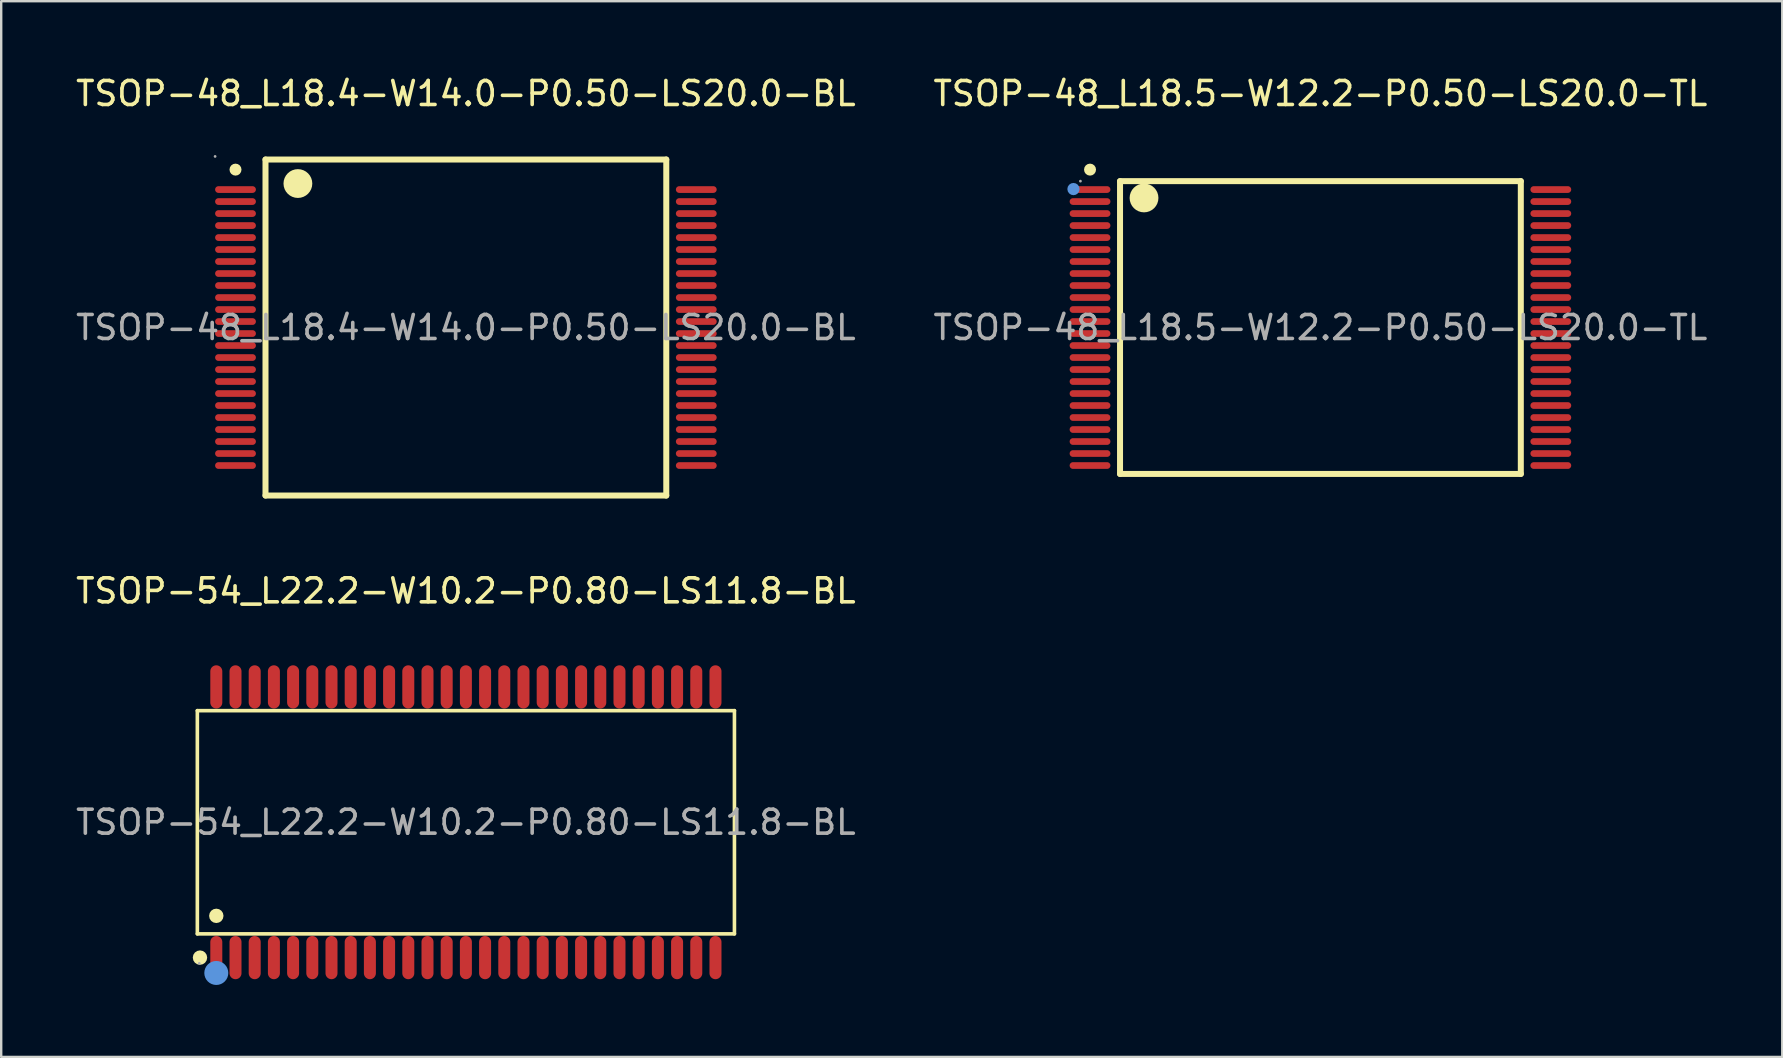
<source format=kicad_pcb>
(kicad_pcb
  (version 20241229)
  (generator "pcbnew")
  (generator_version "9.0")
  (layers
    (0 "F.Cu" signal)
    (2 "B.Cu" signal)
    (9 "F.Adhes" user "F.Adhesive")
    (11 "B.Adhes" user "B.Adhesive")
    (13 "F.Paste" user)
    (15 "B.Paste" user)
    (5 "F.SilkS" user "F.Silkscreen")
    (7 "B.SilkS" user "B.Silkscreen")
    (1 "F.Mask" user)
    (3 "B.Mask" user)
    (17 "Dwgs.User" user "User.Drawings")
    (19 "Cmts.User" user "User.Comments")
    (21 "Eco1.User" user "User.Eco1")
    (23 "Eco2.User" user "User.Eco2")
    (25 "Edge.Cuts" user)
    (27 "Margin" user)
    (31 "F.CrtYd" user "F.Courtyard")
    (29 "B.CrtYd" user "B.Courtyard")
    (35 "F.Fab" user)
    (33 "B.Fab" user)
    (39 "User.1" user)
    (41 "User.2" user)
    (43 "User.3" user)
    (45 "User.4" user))
  (footprint "TSOP-54_L22.2-W10.2-P0.80-LS11.8-BL"
    (layer "F.Cu")
    (at 16.363 31.212)
    (property "Reference" "TSOP-54_L22.2-W10.2-P0.80-LS11.8-BL" (at 0 -9.64 0) (layer "F.SilkS") (effects (font (size 1 1) (thickness 0.15))))
    (attr through_hole)
    (fp_line (start -11.19 -4.65) (end 11.19 -4.65) (stroke (width 0.15) (type solid)) (layer "F.SilkS"))
    (fp_line (start -11.19 4.65) (end -11.19 -4.65) (stroke (width 0.15) (type solid)) (layer "F.SilkS"))
    (fp_line (start 11.19 -4.65) (end 11.19 4.65) (stroke (width 0.15) (type solid)) (layer "F.SilkS"))
    (fp_line (start 11.19 4.65) (end -11.19 4.65) (stroke (width 0.15) (type solid)) (layer "F.SilkS"))
    (fp_circle (center -11.08 5.64) (end -10.93 5.64) (stroke (width 0.3) (type solid)) (fill no) (layer "F.SilkS"))
    (fp_circle (center -10.4 3.9) (end -10.25 3.9) (stroke (width 0.3) (type solid)) (fill no) (layer "F.SilkS"))
    (fp_circle (center -10.4 6.28) (end -10.15 6.28) (stroke (width 0.5) (type solid)) (fill no) (layer "Cmts.User"))
    (fp_circle (center -11.11 5.88) (end -11.08 5.88) (stroke (width 0.06) (type solid)) (fill no) (layer "F.Fab"))
    (fp_text user "${REFERENCE}" (at 0 0 0) (layer "F.Fab") (effects (font (size 1 1) (thickness 0.15))))
    (pad "1" smd oval (at -10.4 5.64) (size 0.5 1.8) (layers "F.Cu" "F.Mask" "F.Paste"))
    (pad "2" smd oval (at -9.6 5.64) (size 0.5 1.8) (layers "F.Cu" "F.Mask" "F.Paste"))
    (pad "3" smd oval (at -8.8 5.64) (size 0.5 1.8) (layers "F.Cu" "F.Mask" "F.Paste"))
    (pad "4" smd oval (at -8 5.64) (size 0.5 1.8) (layers "F.Cu" "F.Mask" "F.Paste"))
    (pad "5" smd oval (at -7.2 5.64) (size 0.5 1.8) (layers "F.Cu" "F.Mask" "F.Paste"))
    (pad "6" smd oval (at -6.4 5.64) (size 0.5 1.8) (layers "F.Cu" "F.Mask" "F.Paste"))
    (pad "7" smd oval (at -5.6 5.64) (size 0.5 1.8) (layers "F.Cu" "F.Mask" "F.Paste"))
    (pad "8" smd oval (at -4.8 5.64) (size 0.5 1.8) (layers "F.Cu" "F.Mask" "F.Paste"))
    (pad "9" smd oval (at -4 5.64) (size 0.5 1.8) (layers "F.Cu" "F.Mask" "F.Paste"))
    (pad "10" smd oval (at -3.2 5.64) (size 0.5 1.8) (layers "F.Cu" "F.Mask" "F.Paste"))
    (pad "11" smd oval (at -2.4 5.64) (size 0.5 1.8) (layers "F.Cu" "F.Mask" "F.Paste"))
    (pad "12" smd oval (at -1.6 5.64) (size 0.5 1.8) (layers "F.Cu" "F.Mask" "F.Paste"))
    (pad "13" smd oval (at -0.8 5.64) (size 0.5 1.8) (layers "F.Cu" "F.Mask" "F.Paste"))
    (pad "14" smd oval (at 0 5.64) (size 0.5 1.8) (layers "F.Cu" "F.Mask" "F.Paste"))
    (pad "15" smd oval (at 0.8 5.64) (size 0.5 1.8) (layers "F.Cu" "F.Mask" "F.Paste"))
    (pad "16" smd oval (at 1.6 5.64) (size 0.5 1.8) (layers "F.Cu" "F.Mask" "F.Paste"))
    (pad "17" smd oval (at 2.4 5.64) (size 0.5 1.8) (layers "F.Cu" "F.Mask" "F.Paste"))
    (pad "18" smd oval (at 3.2 5.64) (size 0.5 1.8) (layers "F.Cu" "F.Mask" "F.Paste"))
    (pad "19" smd oval (at 4 5.64) (size 0.5 1.8) (layers "F.Cu" "F.Mask" "F.Paste"))
    (pad "20" smd oval (at 4.8 5.64) (size 0.5 1.8) (layers "F.Cu" "F.Mask" "F.Paste"))
    (pad "21" smd oval (at 5.6 5.64) (size 0.5 1.8) (layers "F.Cu" "F.Mask" "F.Paste"))
    (pad "22" smd oval (at 6.4 5.64) (size 0.5 1.8) (layers "F.Cu" "F.Mask" "F.Paste"))
    (pad "23" smd oval (at 7.2 5.64) (size 0.5 1.8) (layers "F.Cu" "F.Mask" "F.Paste"))
    (pad "24" smd oval (at 8 5.64) (size 0.5 1.8) (layers "F.Cu" "F.Mask" "F.Paste"))
    (pad "25" smd oval (at 8.8 5.64) (size 0.5 1.8) (layers "F.Cu" "F.Mask" "F.Paste"))
    (pad "26" smd oval (at 9.6 5.64) (size 0.5 1.8) (layers "F.Cu" "F.Mask" "F.Paste"))
    (pad "27" smd oval (at 10.4 5.64) (size 0.5 1.8) (layers "F.Cu" "F.Mask" "F.Paste"))
    (pad "28" smd oval (at 10.4 -5.64) (size 0.5 1.8) (layers "F.Cu" "F.Mask" "F.Paste"))
    (pad "29" smd oval (at 9.6 -5.64) (size 0.5 1.8) (layers "F.Cu" "F.Mask" "F.Paste"))
    (pad "30" smd oval (at 8.8 -5.64) (size 0.5 1.8) (layers "F.Cu" "F.Mask" "F.Paste"))
    (pad "31" smd oval (at 8 -5.64) (size 0.5 1.8) (layers "F.Cu" "F.Mask" "F.Paste"))
    (pad "32" smd oval (at 7.2 -5.64) (size 0.5 1.8) (layers "F.Cu" "F.Mask" "F.Paste"))
    (pad "33" smd oval (at 6.4 -5.64) (size 0.5 1.8) (layers "F.Cu" "F.Mask" "F.Paste"))
    (pad "34" smd oval (at 5.6 -5.64) (size 0.5 1.8) (layers "F.Cu" "F.Mask" "F.Paste"))
    (pad "35" smd oval (at 4.8 -5.64) (size 0.5 1.8) (layers "F.Cu" "F.Mask" "F.Paste"))
    (pad "36" smd oval (at 4 -5.64) (size 0.5 1.8) (layers "F.Cu" "F.Mask" "F.Paste"))
    (pad "37" smd oval (at 3.2 -5.64) (size 0.5 1.8) (layers "F.Cu" "F.Mask" "F.Paste"))
    (pad "38" smd oval (at 2.4 -5.64) (size 0.5 1.8) (layers "F.Cu" "F.Mask" "F.Paste"))
    (pad "39" smd oval (at 1.6 -5.64) (size 0.5 1.8) (layers "F.Cu" "F.Mask" "F.Paste"))
    (pad "40" smd oval (at 0.8 -5.64) (size 0.5 1.8) (layers "F.Cu" "F.Mask" "F.Paste"))
    (pad "41" smd oval (at 0 -5.64) (size 0.5 1.8) (layers "F.Cu" "F.Mask" "F.Paste"))
    (pad "42" smd oval (at -0.8 -5.64) (size 0.5 1.8) (layers "F.Cu" "F.Mask" "F.Paste"))
    (pad "43" smd oval (at -1.6 -5.64) (size 0.5 1.8) (layers "F.Cu" "F.Mask" "F.Paste"))
    (pad "44" smd oval (at -2.4 -5.64) (size 0.5 1.8) (layers "F.Cu" "F.Mask" "F.Paste"))
    (pad "45" smd oval (at -3.2 -5.64) (size 0.5 1.8) (layers "F.Cu" "F.Mask" "F.Paste"))
    (pad "46" smd oval (at -4 -5.64) (size 0.5 1.8) (layers "F.Cu" "F.Mask" "F.Paste"))
    (pad "47" smd oval (at -4.8 -5.64) (size 0.5 1.8) (layers "F.Cu" "F.Mask" "F.Paste"))
    (pad "48" smd oval (at -5.6 -5.64) (size 0.5 1.8) (layers "F.Cu" "F.Mask" "F.Paste"))
    (pad "49" smd oval (at -6.4 -5.64) (size 0.5 1.8) (layers "F.Cu" "F.Mask" "F.Paste"))
    (pad "50" smd oval (at -7.2 -5.64) (size 0.5 1.8) (layers "F.Cu" "F.Mask" "F.Paste"))
    (pad "51" smd oval (at -8 -5.64) (size 0.5 1.8) (layers "F.Cu" "F.Mask" "F.Paste"))
    (pad "52" smd oval (at -8.8 -5.64) (size 0.5 1.8) (layers "F.Cu" "F.Mask" "F.Paste"))
    (pad "53" smd oval (at -9.6 -5.64) (size 0.5 1.8) (layers "F.Cu" "F.Mask" "F.Paste"))
    (pad "54" smd oval (at -10.4 -5.64) (size 0.5 1.8) (layers "F.Cu" "F.Mask" "F.Paste")))
  (footprint "TSOP-48_L18.4-W14.0-P0.50-LS20.0-BL"
    (layer "F.Cu")
    (at 16.363 10.598)
    (property "Reference" "TSOP-48_L18.4-W14.0-P0.50-LS20.0-BL" (at 0 -9.75 0) (layer "F.SilkS") (effects (font (size 1 1) (thickness 0.15))))
    (attr through_hole)
    (fp_line (start -8.35 -7) (end 8.35 -7) (stroke (width 0.25) (type solid)) (layer "F.SilkS"))
    (fp_line (start -8.35 7) (end -8.35 -7) (stroke (width 0.25) (type solid)) (layer "F.SilkS"))
    (fp_line (start -8.35 7) (end 8.35 7) (stroke (width 0.25) (type solid)) (layer "F.SilkS"))
    (fp_line (start 8.35 -7) (end 8.35 7) (stroke (width 0.25) (type solid)) (layer "F.SilkS"))
    (fp_arc (start -9.6 -6.58) (mid -9.6 -6.58) (end -9.6 -6.58) (stroke (width 0.25) (type solid)) (layer "F.SilkS"))
    (fp_arc (start -7 -6) (mid -7 -6) (end -7 -6) (stroke (width 0.6) (type solid)) (layer "F.SilkS"))
    (fp_circle (center -10.45 -7.13) (end -10.42 -7.13) (stroke (width 0.06) (type solid)) (fill no) (layer "F.Fab"))
    (fp_text user "${REFERENCE}" (at 0 0 0) (layer "F.Fab") (effects (font (size 1 1) (thickness 0.15))))
    (pad "1" smd oval (at -9.6 -5.75 90) (size 0.28 1.7) (layers "F.Cu" "F.Mask" "F.Paste"))
    (pad "2" smd oval (at -9.6 -5.25 90) (size 0.28 1.7) (layers "F.Cu" "F.Mask" "F.Paste"))
    (pad "3" smd oval (at -9.6 -4.75 90) (size 0.28 1.7) (layers "F.Cu" "F.Mask" "F.Paste"))
    (pad "4" smd oval (at -9.6 -4.25 90) (size 0.28 1.7) (layers "F.Cu" "F.Mask" "F.Paste"))
    (pad "5" smd oval (at -9.6 -3.75 90) (size 0.28 1.7) (layers "F.Cu" "F.Mask" "F.Paste"))
    (pad "6" smd oval (at -9.6 -3.25 90) (size 0.28 1.7) (layers "F.Cu" "F.Mask" "F.Paste"))
    (pad "7" smd oval (at -9.6 -2.75 90) (size 0.28 1.7) (layers "F.Cu" "F.Mask" "F.Paste"))
    (pad "8" smd oval (at -9.6 -2.25 90) (size 0.28 1.7) (layers "F.Cu" "F.Mask" "F.Paste"))
    (pad "9" smd oval (at -9.6 -1.75 90) (size 0.28 1.7) (layers "F.Cu" "F.Mask" "F.Paste"))
    (pad "10" smd oval (at -9.6 -1.25 90) (size 0.28 1.7) (layers "F.Cu" "F.Mask" "F.Paste"))
    (pad "11" smd oval (at -9.6 -0.75 90) (size 0.28 1.7) (layers "F.Cu" "F.Mask" "F.Paste"))
    (pad "12" smd oval (at -9.6 -0.25 90) (size 0.28 1.7) (layers "F.Cu" "F.Mask" "F.Paste"))
    (pad "13" smd oval (at -9.6 0.25 90) (size 0.28 1.7) (layers "F.Cu" "F.Mask" "F.Paste"))
    (pad "14" smd oval (at -9.6 0.75 90) (size 0.28 1.7) (layers "F.Cu" "F.Mask" "F.Paste"))
    (pad "15" smd oval (at -9.6 1.25 90) (size 0.28 1.7) (layers "F.Cu" "F.Mask" "F.Paste"))
    (pad "16" smd oval (at -9.6 1.75 90) (size 0.28 1.7) (layers "F.Cu" "F.Mask" "F.Paste"))
    (pad "17" smd oval (at -9.6 2.25 90) (size 0.28 1.7) (layers "F.Cu" "F.Mask" "F.Paste"))
    (pad "18" smd oval (at -9.6 2.75 90) (size 0.28 1.7) (layers "F.Cu" "F.Mask" "F.Paste"))
    (pad "19" smd oval (at -9.6 3.25 90) (size 0.28 1.7) (layers "F.Cu" "F.Mask" "F.Paste"))
    (pad "20" smd oval (at -9.6 3.75 90) (size 0.28 1.7) (layers "F.Cu" "F.Mask" "F.Paste"))
    (pad "21" smd oval (at -9.6 4.25 90) (size 0.28 1.7) (layers "F.Cu" "F.Mask" "F.Paste"))
    (pad "22" smd oval (at -9.6 4.75 90) (size 0.28 1.7) (layers "F.Cu" "F.Mask" "F.Paste"))
    (pad "23" smd oval (at -9.6 5.25 90) (size 0.28 1.7) (layers "F.Cu" "F.Mask" "F.Paste"))
    (pad "24" smd oval (at -9.6 5.75 90) (size 0.28 1.7) (layers "F.Cu" "F.Mask" "F.Paste"))
    (pad "25" smd oval (at 9.6 5.75 90) (size 0.28 1.7) (layers "F.Cu" "F.Mask" "F.Paste"))
    (pad "26" smd oval (at 9.6 5.25 90) (size 0.28 1.7) (layers "F.Cu" "F.Mask" "F.Paste"))
    (pad "27" smd oval (at 9.6 4.75 90) (size 0.28 1.7) (layers "F.Cu" "F.Mask" "F.Paste"))
    (pad "28" smd oval (at 9.6 4.25 90) (size 0.28 1.7) (layers "F.Cu" "F.Mask" "F.Paste"))
    (pad "29" smd oval (at 9.6 3.75 90) (size 0.28 1.7) (layers "F.Cu" "F.Mask" "F.Paste"))
    (pad "30" smd oval (at 9.6 3.25 90) (size 0.28 1.7) (layers "F.Cu" "F.Mask" "F.Paste"))
    (pad "31" smd oval (at 9.6 2.75 90) (size 0.28 1.7) (layers "F.Cu" "F.Mask" "F.Paste"))
    (pad "32" smd oval (at 9.6 2.25 90) (size 0.28 1.7) (layers "F.Cu" "F.Mask" "F.Paste"))
    (pad "33" smd oval (at 9.6 1.75 90) (size 0.28 1.7) (layers "F.Cu" "F.Mask" "F.Paste"))
    (pad "34" smd oval (at 9.6 1.25 90) (size 0.28 1.7) (layers "F.Cu" "F.Mask" "F.Paste"))
    (pad "35" smd oval (at 9.6 0.75 90) (size 0.28 1.7) (layers "F.Cu" "F.Mask" "F.Paste"))
    (pad "36" smd oval (at 9.6 0.25 90) (size 0.28 1.7) (layers "F.Cu" "F.Mask" "F.Paste"))
    (pad "37" smd oval (at 9.6 -0.25 90) (size 0.28 1.7) (layers "F.Cu" "F.Mask" "F.Paste"))
    (pad "38" smd oval (at 9.6 -0.75 90) (size 0.28 1.7) (layers "F.Cu" "F.Mask" "F.Paste"))
    (pad "39" smd oval (at 9.6 -1.25 90) (size 0.28 1.7) (layers "F.Cu" "F.Mask" "F.Paste"))
    (pad "40" smd oval (at 9.6 -1.75 90) (size 0.28 1.7) (layers "F.Cu" "F.Mask" "F.Paste"))
    (pad "41" smd oval (at 9.6 -2.25 90) (size 0.28 1.7) (layers "F.Cu" "F.Mask" "F.Paste"))
    (pad "42" smd oval (at 9.6 -2.75 90) (size 0.28 1.7) (layers "F.Cu" "F.Mask" "F.Paste"))
    (pad "43" smd oval (at 9.6 -3.25 90) (size 0.28 1.7) (layers "F.Cu" "F.Mask" "F.Paste"))
    (pad "44" smd oval (at 9.6 -3.75 90) (size 0.28 1.7) (layers "F.Cu" "F.Mask" "F.Paste"))
    (pad "45" smd oval (at 9.6 -4.25 90) (size 0.28 1.7) (layers "F.Cu" "F.Mask" "F.Paste"))
    (pad "46" smd oval (at 9.6 -4.75 90) (size 0.28 1.7) (layers "F.Cu" "F.Mask" "F.Paste"))
    (pad "47" smd oval (at 9.6 -5.25 90) (size 0.28 1.7) (layers "F.Cu" "F.Mask" "F.Paste"))
    (pad "48" smd oval (at 9.6 -5.75 90) (size 0.28 1.7) (layers "F.Cu" "F.Mask" "F.Paste")))
  (footprint "TSOP-48_L18.5-W12.2-P0.50-LS20.0-TL"
    (layer "F.Cu")
    (at 51.97 10.598)
    (property "Reference" "TSOP-48_L18.5-W12.2-P0.50-LS20.0-TL" (at 0 -9.75 0) (layer "F.SilkS") (effects (font (size 1 1) (thickness 0.15))))
    (attr through_hole)
    (fp_line (start -8.35 -6.1) (end 8.35 -6.1) (stroke (width 0.25) (type solid)) (layer "F.SilkS"))
    (fp_line (start -8.35 6.1) (end -8.35 -6.1) (stroke (width 0.25) (type solid)) (layer "F.SilkS"))
    (fp_line (start 8.35 -6.1) (end 8.35 6.1) (stroke (width 0.25) (type solid)) (layer "F.SilkS"))
    (fp_line (start 8.35 6.1) (end -8.35 6.1) (stroke (width 0.25) (type solid)) (layer "F.SilkS"))
    (fp_arc (start -9.6 -6.58) (mid -9.6 -6.58) (end -9.6 -6.58) (stroke (width 0.25) (type solid)) (layer "F.SilkS"))
    (fp_arc (start -7.35 -5.4) (mid -7.35 -5.4) (end -7.35 -5.4) (stroke (width 0.6) (type solid)) (layer "F.SilkS"))
    (fp_circle (center -10.29 -5.77) (end -10.16 -5.77) (stroke (width 0.25) (type solid)) (fill no) (layer "Cmts.User"))
    (fp_circle (center -10 -6.1) (end -9.97 -6.1) (stroke (width 0.06) (type solid)) (fill no) (layer "F.Fab"))
    (fp_text user "${REFERENCE}" (at 0 0 0) (layer "F.Fab") (effects (font (size 1 1) (thickness 0.15))))
    (pad "1" smd oval (at -9.6 -5.75 90) (size 0.28 1.7) (layers "F.Cu" "F.Mask" "F.Paste"))
    (pad "2" smd oval (at -9.6 -5.25 90) (size 0.28 1.7) (layers "F.Cu" "F.Mask" "F.Paste"))
    (pad "3" smd oval (at -9.6 -4.75 90) (size 0.28 1.7) (layers "F.Cu" "F.Mask" "F.Paste"))
    (pad "4" smd oval (at -9.6 -4.25 90) (size 0.28 1.7) (layers "F.Cu" "F.Mask" "F.Paste"))
    (pad "5" smd oval (at -9.6 -3.75 90) (size 0.28 1.7) (layers "F.Cu" "F.Mask" "F.Paste"))
    (pad "6" smd oval (at -9.6 -3.25 90) (size 0.28 1.7) (layers "F.Cu" "F.Mask" "F.Paste"))
    (pad "7" smd oval (at -9.6 -2.75 90) (size 0.28 1.7) (layers "F.Cu" "F.Mask" "F.Paste"))
    (pad "8" smd oval (at -9.6 -2.25 90) (size 0.28 1.7) (layers "F.Cu" "F.Mask" "F.Paste"))
    (pad "9" smd oval (at -9.6 -1.75 90) (size 0.28 1.7) (layers "F.Cu" "F.Mask" "F.Paste"))
    (pad "10" smd oval (at -9.6 -1.25 90) (size 0.28 1.7) (layers "F.Cu" "F.Mask" "F.Paste"))
    (pad "11" smd oval (at -9.6 -0.75 90) (size 0.28 1.7) (layers "F.Cu" "F.Mask" "F.Paste"))
    (pad "12" smd oval (at -9.6 -0.25 90) (size 0.28 1.7) (layers "F.Cu" "F.Mask" "F.Paste"))
    (pad "13" smd oval (at -9.6 0.25 90) (size 0.28 1.7) (layers "F.Cu" "F.Mask" "F.Paste"))
    (pad "14" smd oval (at -9.6 0.75 90) (size 0.28 1.7) (layers "F.Cu" "F.Mask" "F.Paste"))
    (pad "15" smd oval (at -9.6 1.25 90) (size 0.28 1.7) (layers "F.Cu" "F.Mask" "F.Paste"))
    (pad "16" smd oval (at -9.6 1.75 90) (size 0.28 1.7) (layers "F.Cu" "F.Mask" "F.Paste"))
    (pad "17" smd oval (at -9.6 2.25 90) (size 0.28 1.7) (layers "F.Cu" "F.Mask" "F.Paste"))
    (pad "18" smd oval (at -9.6 2.75 90) (size 0.28 1.7) (layers "F.Cu" "F.Mask" "F.Paste"))
    (pad "19" smd oval (at -9.6 3.25 90) (size 0.28 1.7) (layers "F.Cu" "F.Mask" "F.Paste"))
    (pad "20" smd oval (at -9.6 3.75 90) (size 0.28 1.7) (layers "F.Cu" "F.Mask" "F.Paste"))
    (pad "21" smd oval (at -9.6 4.25 90) (size 0.28 1.7) (layers "F.Cu" "F.Mask" "F.Paste"))
    (pad "22" smd oval (at -9.6 4.75 90) (size 0.28 1.7) (layers "F.Cu" "F.Mask" "F.Paste"))
    (pad "23" smd oval (at -9.6 5.25 90) (size 0.28 1.7) (layers "F.Cu" "F.Mask" "F.Paste"))
    (pad "24" smd oval (at -9.6 5.75 90) (size 0.28 1.7) (layers "F.Cu" "F.Mask" "F.Paste"))
    (pad "25" smd oval (at 9.6 5.75 90) (size 0.28 1.7) (layers "F.Cu" "F.Mask" "F.Paste"))
    (pad "26" smd oval (at 9.6 5.25 90) (size 0.28 1.7) (layers "F.Cu" "F.Mask" "F.Paste"))
    (pad "27" smd oval (at 9.6 4.75 90) (size 0.28 1.7) (layers "F.Cu" "F.Mask" "F.Paste"))
    (pad "28" smd oval (at 9.6 4.25 90) (size 0.28 1.7) (layers "F.Cu" "F.Mask" "F.Paste"))
    (pad "29" smd oval (at 9.6 3.75 90) (size 0.28 1.7) (layers "F.Cu" "F.Mask" "F.Paste"))
    (pad "30" smd oval (at 9.6 3.25 90) (size 0.28 1.7) (layers "F.Cu" "F.Mask" "F.Paste"))
    (pad "31" smd oval (at 9.6 2.75 90) (size 0.28 1.7) (layers "F.Cu" "F.Mask" "F.Paste"))
    (pad "32" smd oval (at 9.6 2.25 90) (size 0.28 1.7) (layers "F.Cu" "F.Mask" "F.Paste"))
    (pad "33" smd oval (at 9.6 1.75 90) (size 0.28 1.7) (layers "F.Cu" "F.Mask" "F.Paste"))
    (pad "34" smd oval (at 9.6 1.25 90) (size 0.28 1.7) (layers "F.Cu" "F.Mask" "F.Paste"))
    (pad "35" smd oval (at 9.6 0.75 90) (size 0.28 1.7) (layers "F.Cu" "F.Mask" "F.Paste"))
    (pad "36" smd oval (at 9.6 0.25 90) (size 0.28 1.7) (layers "F.Cu" "F.Mask" "F.Paste"))
    (pad "37" smd oval (at 9.6 -0.25 90) (size 0.28 1.7) (layers "F.Cu" "F.Mask" "F.Paste"))
    (pad "38" smd oval (at 9.6 -0.75 90) (size 0.28 1.7) (layers "F.Cu" "F.Mask" "F.Paste"))
    (pad "39" smd oval (at 9.6 -1.25 90) (size 0.28 1.7) (layers "F.Cu" "F.Mask" "F.Paste"))
    (pad "40" smd oval (at 9.6 -1.75 90) (size 0.28 1.7) (layers "F.Cu" "F.Mask" "F.Paste"))
    (pad "41" smd oval (at 9.6 -2.25 90) (size 0.28 1.7) (layers "F.Cu" "F.Mask" "F.Paste"))
    (pad "42" smd oval (at 9.6 -2.75 90) (size 0.28 1.7) (layers "F.Cu" "F.Mask" "F.Paste"))
    (pad "43" smd oval (at 9.6 -3.25 90) (size 0.28 1.7) (layers "F.Cu" "F.Mask" "F.Paste"))
    (pad "44" smd oval (at 9.6 -3.75 90) (size 0.28 1.7) (layers "F.Cu" "F.Mask" "F.Paste"))
    (pad "45" smd oval (at 9.6 -4.25 90) (size 0.28 1.7) (layers "F.Cu" "F.Mask" "F.Paste"))
    (pad "46" smd oval (at 9.6 -4.75 90) (size 0.28 1.7) (layers "F.Cu" "F.Mask" "F.Paste"))
    (pad "47" smd oval (at 9.6 -5.25 90) (size 0.28 1.7) (layers "F.Cu" "F.Mask" "F.Paste"))
    (pad "48" smd oval (at 9.6 -5.75 90) (size 0.28 1.7) (layers "F.Cu" "F.Mask" "F.Paste")))
  (gr_rect
    (start -3 -3)
    (end 71.214 40.992)
    (stroke (width 0.1) (type default))
    (fill no)
    (layer "Edge.Cuts")))
</source>
